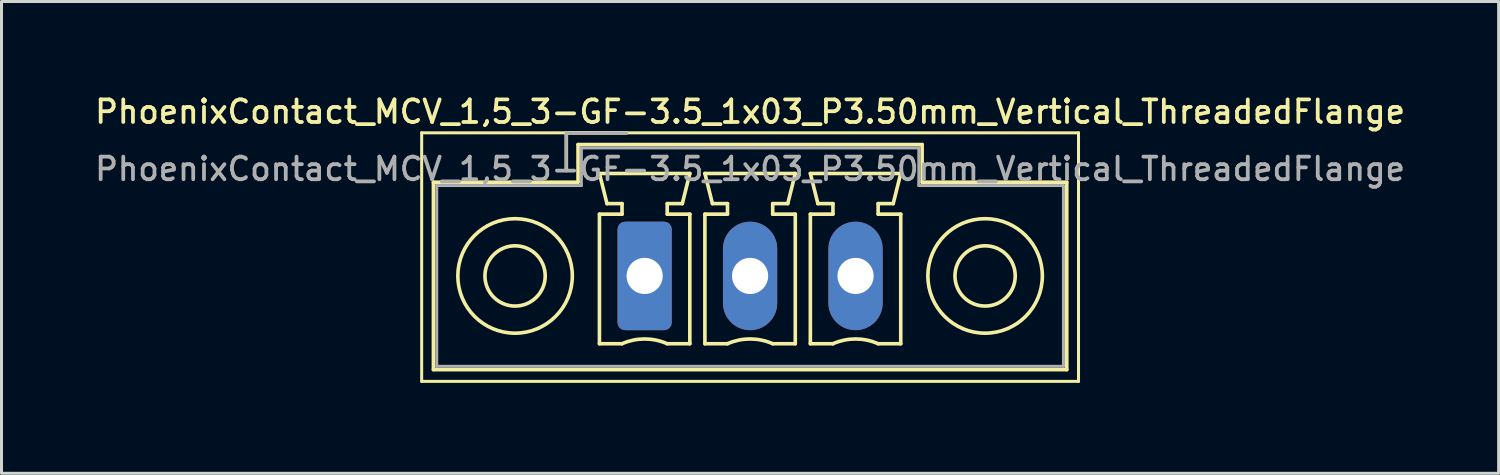
<source format=kicad_pcb>
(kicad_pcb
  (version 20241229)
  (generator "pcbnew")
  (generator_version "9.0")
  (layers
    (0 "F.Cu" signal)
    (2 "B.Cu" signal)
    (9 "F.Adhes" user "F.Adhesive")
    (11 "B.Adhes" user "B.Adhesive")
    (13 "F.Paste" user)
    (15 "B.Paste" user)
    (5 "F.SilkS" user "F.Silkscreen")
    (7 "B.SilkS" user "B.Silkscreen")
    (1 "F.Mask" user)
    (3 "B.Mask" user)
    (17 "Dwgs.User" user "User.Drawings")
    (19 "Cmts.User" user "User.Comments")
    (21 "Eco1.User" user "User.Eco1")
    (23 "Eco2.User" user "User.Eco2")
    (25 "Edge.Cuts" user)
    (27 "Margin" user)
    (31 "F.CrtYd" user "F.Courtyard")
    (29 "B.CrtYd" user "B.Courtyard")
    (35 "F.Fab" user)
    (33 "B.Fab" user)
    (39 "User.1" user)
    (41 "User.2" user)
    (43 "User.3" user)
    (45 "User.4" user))
  (footprint "PhoenixContact_MCV_1,5_3-GF-3.5_1x03_P3.50mm_Vertical_ThreadedFlange"
    (layer "F.Cu")
    (at 18.345 6.108)
    (property "Reference" "PhoenixContact_MCV_1,5_3-GF-3.5_1x03_P3.50mm_Vertical_ThreadedFlange" (at 3.5 -5.45 0) (layer "F.SilkS") (effects (font (size 0.75 0.75) (thickness 0.125))))
    (attr through_hole)
    (fp_line (start -7.4 -4.75) (end -7.4 3.5) (stroke (width 0.1) (type solid)) (layer "F.SilkS"))
    (fp_line (start -7.4 3.5) (end 14.4 3.5) (stroke (width 0.1) (type solid)) (layer "F.SilkS"))
    (fp_line (start -7.01 -3.11) (end -7.01 3.11) (stroke (width 0.12) (type solid)) (layer "F.SilkS"))
    (fp_line (start -7.01 3.11) (end 14.01 3.11) (stroke (width 0.12) (type solid)) (layer "F.SilkS"))
    (fp_line (start -2.6 -4.75) (end -0.6 -4.75) (stroke (width 0.12) (type solid)) (layer "F.SilkS"))
    (fp_line (start -2.6 -3.5) (end -2.6 -4.75) (stroke (width 0.12) (type solid)) (layer "F.SilkS"))
    (fp_line (start -2.21 -4.36) (end -2.21 -3.11) (stroke (width 0.12) (type solid)) (layer "F.SilkS"))
    (fp_line (start -2.21 -3.11) (end -7.01 -3.11) (stroke (width 0.12) (type solid)) (layer "F.SilkS"))
    (fp_line (start -1.5 -3.4) (end 1.5 -3.4) (stroke (width 0.12) (type solid)) (layer "F.SilkS"))
    (fp_line (start -1.5 -2.05) (end -0.75 -2.05) (stroke (width 0.12) (type solid)) (layer "F.SilkS"))
    (fp_line (start -1.5 2.25) (end -1.5 -2.05) (stroke (width 0.12) (type solid)) (layer "F.SilkS"))
    (fp_line (start -1.25 -2.4) (end -1.5 -3.4) (stroke (width 0.12) (type solid)) (layer "F.SilkS"))
    (fp_line (start -0.75 -2.4) (end -1.25 -2.4) (stroke (width 0.12) (type solid)) (layer "F.SilkS"))
    (fp_line (start -0.75 -2.05) (end -0.75 -2.4) (stroke (width 0.12) (type solid)) (layer "F.SilkS"))
    (fp_line (start -0.75 2.25) (end -1.5 2.25) (stroke (width 0.12) (type solid)) (layer "F.SilkS"))
    (fp_line (start 0.75 -2.4) (end 0.75 -2.05) (stroke (width 0.12) (type solid)) (layer "F.SilkS"))
    (fp_line (start 0.75 -2.05) (end 1.5 -2.05) (stroke (width 0.12) (type solid)) (layer "F.SilkS"))
    (fp_line (start 1.25 -2.4) (end 0.75 -2.4) (stroke (width 0.12) (type solid)) (layer "F.SilkS"))
    (fp_line (start 1.5 -3.4) (end 1.25 -2.4) (stroke (width 0.12) (type solid)) (layer "F.SilkS"))
    (fp_line (start 1.5 -2.05) (end 1.5 2.25) (stroke (width 0.12) (type solid)) (layer "F.SilkS"))
    (fp_line (start 1.5 2.25) (end 0.75 2.25) (stroke (width 0.12) (type solid)) (layer "F.SilkS"))
    (fp_line (start 2 -3.4) (end 5 -3.4) (stroke (width 0.12) (type solid)) (layer "F.SilkS"))
    (fp_line (start 2 -2.05) (end 2.75 -2.05) (stroke (width 0.12) (type solid)) (layer "F.SilkS"))
    (fp_line (start 2 2.25) (end 2 -2.05) (stroke (width 0.12) (type solid)) (layer "F.SilkS"))
    (fp_line (start 2.25 -2.4) (end 2 -3.4) (stroke (width 0.12) (type solid)) (layer "F.SilkS"))
    (fp_line (start 2.75 -2.4) (end 2.25 -2.4) (stroke (width 0.12) (type solid)) (layer "F.SilkS"))
    (fp_line (start 2.75 -2.05) (end 2.75 -2.4) (stroke (width 0.12) (type solid)) (layer "F.SilkS"))
    (fp_line (start 2.75 2.25) (end 2 2.25) (stroke (width 0.12) (type solid)) (layer "F.SilkS"))
    (fp_line (start 4.25 -2.4) (end 4.25 -2.05) (stroke (width 0.12) (type solid)) (layer "F.SilkS"))
    (fp_line (start 4.25 -2.05) (end 5 -2.05) (stroke (width 0.12) (type solid)) (layer "F.SilkS"))
    (fp_line (start 4.75 -2.4) (end 4.25 -2.4) (stroke (width 0.12) (type solid)) (layer "F.SilkS"))
    (fp_line (start 5 -3.4) (end 4.75 -2.4) (stroke (width 0.12) (type solid)) (layer "F.SilkS"))
    (fp_line (start 5 -2.05) (end 5 2.25) (stroke (width 0.12) (type solid)) (layer "F.SilkS"))
    (fp_line (start 5 2.25) (end 4.25 2.25) (stroke (width 0.12) (type solid)) (layer "F.SilkS"))
    (fp_line (start 5.5 -3.4) (end 8.5 -3.4) (stroke (width 0.12) (type solid)) (layer "F.SilkS"))
    (fp_line (start 5.5 -2.05) (end 6.25 -2.05) (stroke (width 0.12) (type solid)) (layer "F.SilkS"))
    (fp_line (start 5.5 2.25) (end 5.5 -2.05) (stroke (width 0.12) (type solid)) (layer "F.SilkS"))
    (fp_line (start 5.75 -2.4) (end 5.5 -3.4) (stroke (width 0.12) (type solid)) (layer "F.SilkS"))
    (fp_line (start 6.25 -2.4) (end 5.75 -2.4) (stroke (width 0.12) (type solid)) (layer "F.SilkS"))
    (fp_line (start 6.25 -2.05) (end 6.25 -2.4) (stroke (width 0.12) (type solid)) (layer "F.SilkS"))
    (fp_line (start 6.25 2.25) (end 5.5 2.25) (stroke (width 0.12) (type solid)) (layer "F.SilkS"))
    (fp_line (start 7.75 -2.4) (end 7.75 -2.05) (stroke (width 0.12) (type solid)) (layer "F.SilkS"))
    (fp_line (start 7.75 -2.05) (end 8.5 -2.05) (stroke (width 0.12) (type solid)) (layer "F.SilkS"))
    (fp_line (start 8.25 -2.4) (end 7.75 -2.4) (stroke (width 0.12) (type solid)) (layer "F.SilkS"))
    (fp_line (start 8.5 -3.4) (end 8.25 -2.4) (stroke (width 0.12) (type solid)) (layer "F.SilkS"))
    (fp_line (start 8.5 -2.05) (end 8.5 2.25) (stroke (width 0.12) (type solid)) (layer "F.SilkS"))
    (fp_line (start 8.5 2.25) (end 7.75 2.25) (stroke (width 0.12) (type solid)) (layer "F.SilkS"))
    (fp_line (start 9.21 -4.36) (end -2.21 -4.36) (stroke (width 0.12) (type solid)) (layer "F.SilkS"))
    (fp_line (start 9.21 -3.11) (end 9.21 -4.36) (stroke (width 0.12) (type solid)) (layer "F.SilkS"))
    (fp_line (start 14.01 -3.11) (end 9.21 -3.11) (stroke (width 0.12) (type solid)) (layer "F.SilkS"))
    (fp_line (start 14.01 3.11) (end 14.01 -3.11) (stroke (width 0.12) (type solid)) (layer "F.SilkS"))
    (fp_line (start 14.4 -4.75) (end -7.4 -4.75) (stroke (width 0.1) (type solid)) (layer "F.SilkS"))
    (fp_line (start 14.4 3.5) (end 14.4 -4.75) (stroke (width 0.1) (type solid)) (layer "F.SilkS"))
    (fp_arc (start -0.75 2.25) (mid -0.000193 2.09191) (end 0.749647 2.249844) (stroke (width 0.12) (type solid)) (layer "F.SilkS"))
    (fp_arc (start 2.75 2.25) (mid 3.499807 2.09191) (end 4.249647 2.249844) (stroke (width 0.12) (type solid)) (layer "F.SilkS"))
    (fp_arc (start 6.25 2.25) (mid 6.999807 2.09191) (end 7.749647 2.249844) (stroke (width 0.12) (type solid)) (layer "F.SilkS"))
    (fp_circle (center -4.3 0) (end -3.3 0) (stroke (width 0.12) (type solid)) (fill no) (layer "F.SilkS"))
    (fp_circle (center -4.3 0) (end -2.4 0) (stroke (width 0.12) (type solid)) (fill no) (layer "F.SilkS"))
    (fp_circle (center 11.3 0) (end 12.3 0) (stroke (width 0.12) (type solid)) (fill no) (layer "F.SilkS"))
    (fp_circle (center 11.3 0) (end 13.2 0) (stroke (width 0.12) (type solid)) (fill no) (layer "F.SilkS"))
    (fp_line (start -6.9 -3) (end -6.9 3) (stroke (width 0.1) (type solid)) (layer "F.Fab"))
    (fp_line (start -6.9 3) (end 13.9 3) (stroke (width 0.1) (type solid)) (layer "F.Fab"))
    (fp_line (start -2.6 -4.75) (end -0.6 -4.75) (stroke (width 0.1) (type solid)) (layer "F.Fab"))
    (fp_line (start -2.6 -3.5) (end -2.6 -4.75) (stroke (width 0.1) (type solid)) (layer "F.Fab"))
    (fp_line (start -2.1 -4.25) (end -2.1 -3) (stroke (width 0.1) (type solid)) (layer "F.Fab"))
    (fp_line (start -2.1 -3) (end -6.9 -3) (stroke (width 0.1) (type solid)) (layer "F.Fab"))
    (fp_line (start 9.1 -4.25) (end -2.1 -4.25) (stroke (width 0.1) (type solid)) (layer "F.Fab"))
    (fp_line (start 9.1 -3) (end 9.1 -4.25) (stroke (width 0.1) (type solid)) (layer "F.Fab"))
    (fp_line (start 13.9 -3) (end 9.1 -3) (stroke (width 0.1) (type solid)) (layer "F.Fab"))
    (fp_line (start 13.9 3) (end 13.9 -3) (stroke (width 0.1) (type solid)) (layer "F.Fab"))
    (fp_text user "${REFERENCE}" (at 3.5 -3.55 0) (layer "F.Fab") (effects (font (size 0.75 0.75) (thickness 0.125))))
    (pad "1" thru_hole roundrect (at 0 0) (size 1.8 3.6) (drill 1.2) (layers "*.Cu" "*.Mask") (roundrect_rratio 0.139))
    (pad "2" thru_hole oval (at 3.5 0) (size 1.8 3.6) (drill 1.2) (layers "*.Cu" "*.Mask"))
    (pad "3" thru_hole oval (at 7 0) (size 1.8 3.6) (drill 1.2) (layers "*.Cu" "*.Mask")))
  (gr_rect
    (start -3 -3)
    (end 46.689 12.658)
    (stroke (width 0.1) (type default))
    (fill no)
    (layer "Edge.Cuts")))
</source>
